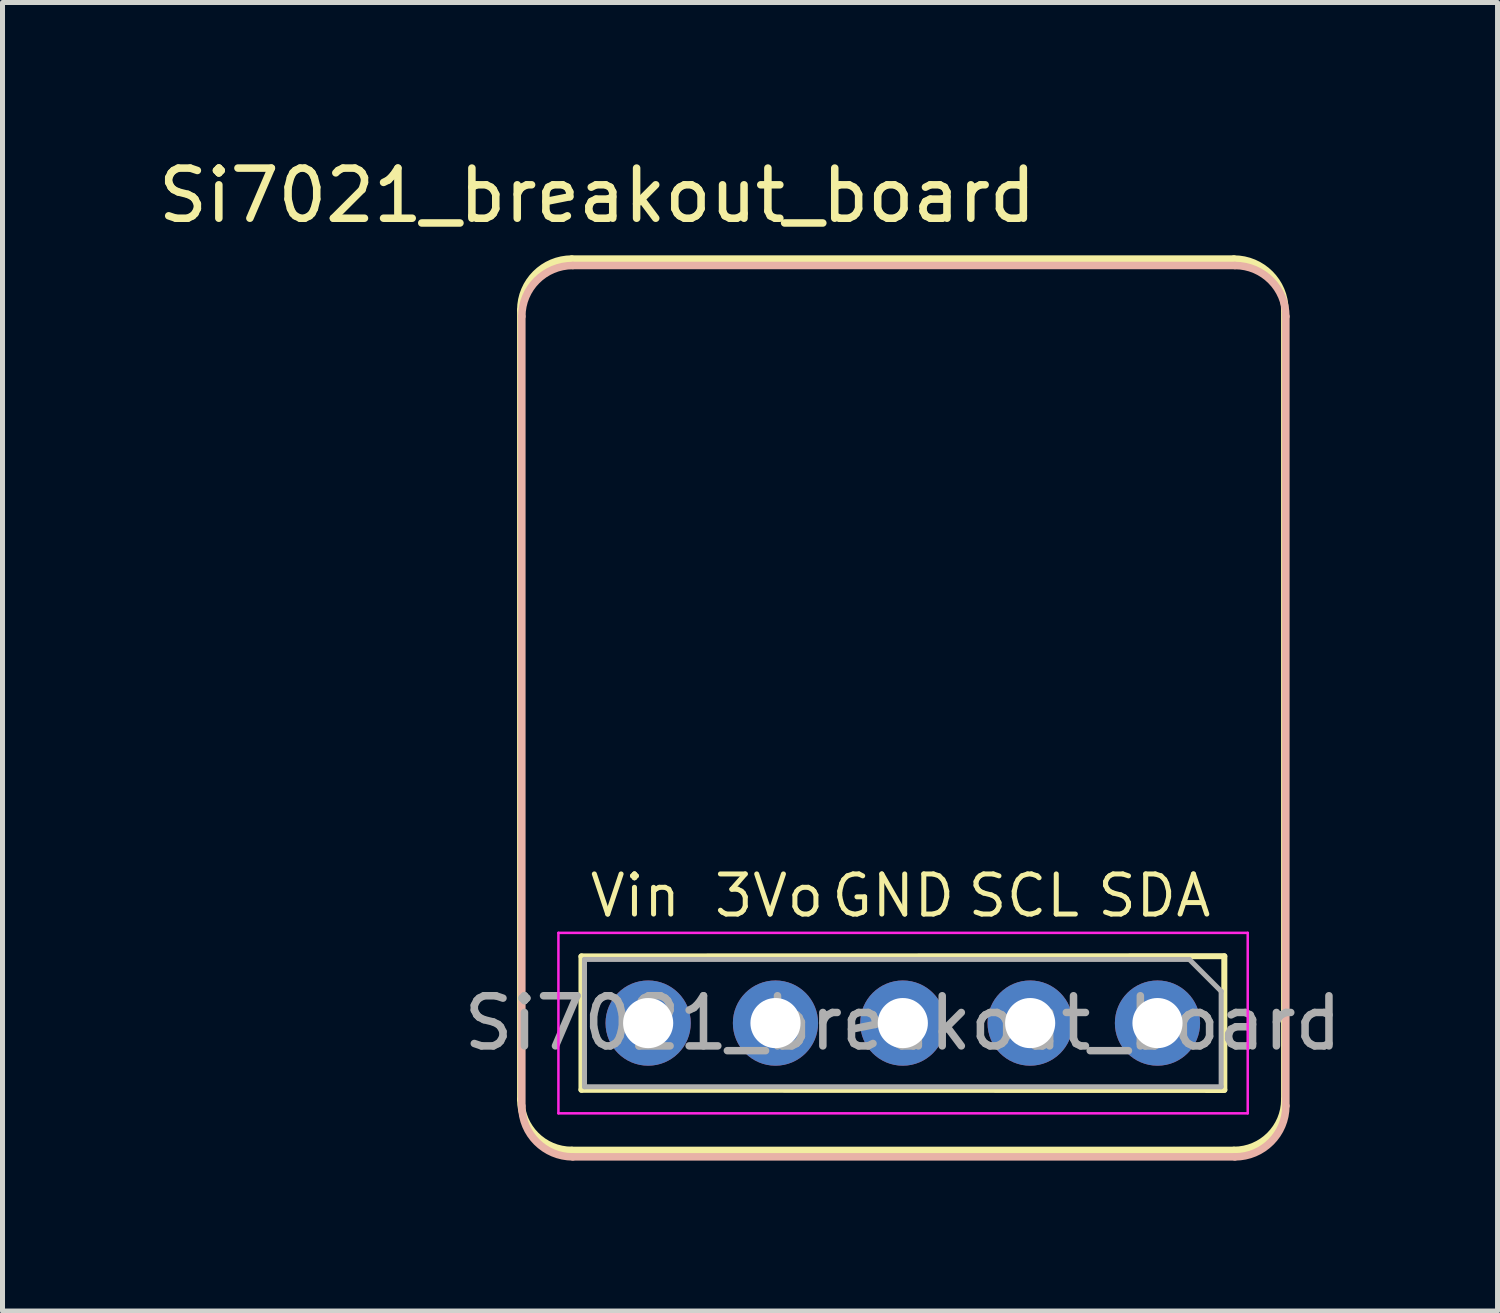
<source format=kicad_pcb>
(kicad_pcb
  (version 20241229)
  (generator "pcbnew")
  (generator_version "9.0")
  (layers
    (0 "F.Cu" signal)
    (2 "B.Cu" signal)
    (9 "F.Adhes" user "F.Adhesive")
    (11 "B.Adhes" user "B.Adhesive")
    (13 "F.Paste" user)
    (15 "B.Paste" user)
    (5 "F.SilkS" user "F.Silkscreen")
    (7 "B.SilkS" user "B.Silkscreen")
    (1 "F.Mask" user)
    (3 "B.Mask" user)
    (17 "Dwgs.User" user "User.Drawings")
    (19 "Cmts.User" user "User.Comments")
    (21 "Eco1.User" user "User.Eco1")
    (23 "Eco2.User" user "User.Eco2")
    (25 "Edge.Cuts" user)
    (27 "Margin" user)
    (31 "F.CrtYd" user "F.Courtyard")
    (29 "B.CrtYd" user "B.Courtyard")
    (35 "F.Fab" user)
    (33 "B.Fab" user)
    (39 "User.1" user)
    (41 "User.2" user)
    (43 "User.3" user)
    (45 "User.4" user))
  (footprint "Si7021_breakout_board"
    (layer "F.Cu")
    (at 14.959 11.008)
    (property "Reference" "Si7021_breakout_board" (at -6.096 -10.16 0) (layer "F.SilkS") (effects (font (size 1 1) (thickness 0.15))))
    (attr through_hole)
    (fp_line (start -7.62 -7.874) (end -7.62 7.874) (stroke (width 0.15) (type solid)) (layer "F.SilkS"))
    (fp_line (start -6.604 8.89) (end 6.604 8.89) (stroke (width 0.15) (type solid)) (layer "F.SilkS"))
    (fp_line (start -6.41 5.02) (end -6.41 7.68) (stroke (width 0.12) (type solid)) (layer "F.SilkS"))
    (fp_line (start 6.413 5.016) (end -6.41 5.02) (stroke (width 0.12) (type solid)) (layer "F.SilkS"))
    (fp_line (start 6.413 5.02) (end 6.413 7.68) (stroke (width 0.12) (type solid)) (layer "F.SilkS"))
    (fp_line (start 6.413 7.684) (end -6.41 7.68) (stroke (width 0.12) (type solid)) (layer "F.SilkS"))
    (fp_line (start 6.604 -8.89) (end -6.604 -8.89) (stroke (width 0.15) (type solid)) (layer "F.SilkS"))
    (fp_line (start 7.62 7.874) (end 7.62 -7.874) (stroke (width 0.15) (type solid)) (layer "F.SilkS"))
    (fp_arc (start -7.62 -7.874) (mid -7.32242 -8.59242) (end -6.604 -8.89) (stroke (width 0.15) (type solid)) (layer "F.SilkS"))
    (fp_arc (start -6.604 8.89) (mid -7.32242 8.59242) (end -7.62 7.874) (stroke (width 0.15) (type solid)) (layer "F.SilkS"))
    (fp_arc (start 6.604 -8.89) (mid 7.32242 -8.59242) (end 7.62 -7.874) (stroke (width 0.15) (type solid)) (layer "F.SilkS"))
    (fp_arc (start 7.62 7.874) (mid 7.32242 8.59242) (end 6.604 8.89) (stroke (width 0.15) (type solid)) (layer "F.SilkS"))
    (fp_line (start -7.6 8.002) (end -7.6 -7.746) (stroke (width 0.15) (type solid)) (layer "B.SilkS"))
    (fp_line (start -6.584 -8.762) (end 6.624 -8.762) (stroke (width 0.15) (type solid)) (layer "B.SilkS"))
    (fp_line (start 6.624 9.018) (end -6.584 9.018) (stroke (width 0.15) (type solid)) (layer "B.SilkS"))
    (fp_line (start 7.64 -7.746) (end 7.64 8.002) (stroke (width 0.15) (type solid)) (layer "B.SilkS"))
    (fp_arc (start -7.599883 -7.745639) (mid -7.302303 -8.464059) (end -6.583883 -8.761639) (stroke (width 0.15) (type solid)) (layer "B.SilkS"))
    (fp_arc (start -6.583883 9.018361) (mid -7.302303 8.720781) (end -7.599883 8.002361) (stroke (width 0.15) (type solid)) (layer "B.SilkS"))
    (fp_arc (start 6.624117 -8.761639) (mid 7.342537 -8.464059) (end 7.640117 -7.745639) (stroke (width 0.15) (type solid)) (layer "B.SilkS"))
    (fp_arc (start 7.640117 8.002361) (mid 7.342537 8.720781) (end 6.624117 9.018361) (stroke (width 0.15) (type solid)) (layer "B.SilkS"))
    (fp_line (start -6.87 4.55) (end -6.87 8.15) (stroke (width 0.05) (type solid)) (layer "F.CrtYd"))
    (fp_line (start -6.87 8.15) (end 6.88 8.15) (stroke (width 0.05) (type solid)) (layer "F.CrtYd"))
    (fp_line (start 6.88 4.55) (end -6.87 4.55) (stroke (width 0.05) (type solid)) (layer "F.CrtYd"))
    (fp_line (start 6.88 8.15) (end 6.88 4.55) (stroke (width 0.05) (type solid)) (layer "F.CrtYd"))
    (fp_line (start -6.35 5.08) (end 5.715 5.08) (stroke (width 0.1) (type solid)) (layer "F.Fab"))
    (fp_line (start -6.35 7.62) (end -6.35 5.08) (stroke (width 0.1) (type solid)) (layer "F.Fab"))
    (fp_line (start 5.715 5.08) (end 6.35 5.715) (stroke (width 0.1) (type solid)) (layer "F.Fab"))
    (fp_line (start 6.35 5.715) (end 6.35 7.62) (stroke (width 0.1) (type solid)) (layer "F.Fab"))
    (fp_line (start 6.35 7.62) (end -6.35 7.62) (stroke (width 0.1) (type solid)) (layer "F.Fab"))
    (fp_text user "SDA" (at 5.016 3.81 0) (layer "F.SilkS") (effects (font (size 0.8 0.8) (thickness 0.1))))
    (fp_text user "GND" (at -0.191 3.81 0) (layer "F.SilkS") (effects (font (size 0.8 0.8) (thickness 0.1))))
    (fp_text user "SCL" (at 2.413 3.81 0) (layer "F.SilkS") (effects (font (size 0.8 0.8) (thickness 0.1))))
    (fp_text user "Vin" (at -5.334 3.81 0) (layer "F.SilkS") (effects (font (size 0.8 0.8) (thickness 0.1))))
    (fp_text user "3Vo" (at -2.667 3.81 0) (layer "F.SilkS") (effects (font (size 0.8 0.8) (thickness 0.1))))
    (fp_text user "${REFERENCE}" (at 0 6.35 0) (layer "F.Fab") (effects (font (size 1 1) (thickness 0.15))))
    (pad "1" thru_hole circle (at 5.08 6.35 270) (size 1.7 1.7) (drill 1) (layers "*.Cu" "*.Mask"))
    (pad "2" thru_hole oval (at 2.54 6.35 270) (size 1.7 1.7) (drill 1) (layers "*.Cu" "*.Mask"))
    (pad "3" thru_hole oval (at 0 6.35 270) (size 1.7 1.7) (drill 1) (layers "*.Cu" "*.Mask"))
    (pad "4" thru_hole oval (at -2.54 6.35 270) (size 1.7 1.7) (drill 1) (layers "*.Cu" "*.Mask"))
    (pad "5" thru_hole oval (at -5.08 6.35 270) (size 1.7 1.7) (drill 1) (layers "*.Cu" "*.Mask")))
  (gr_rect
    (start -3 -3)
    (end 26.822 23.102)
    (stroke (width 0.1) (type default))
    (fill no)
    (layer "Edge.Cuts")))
</source>
